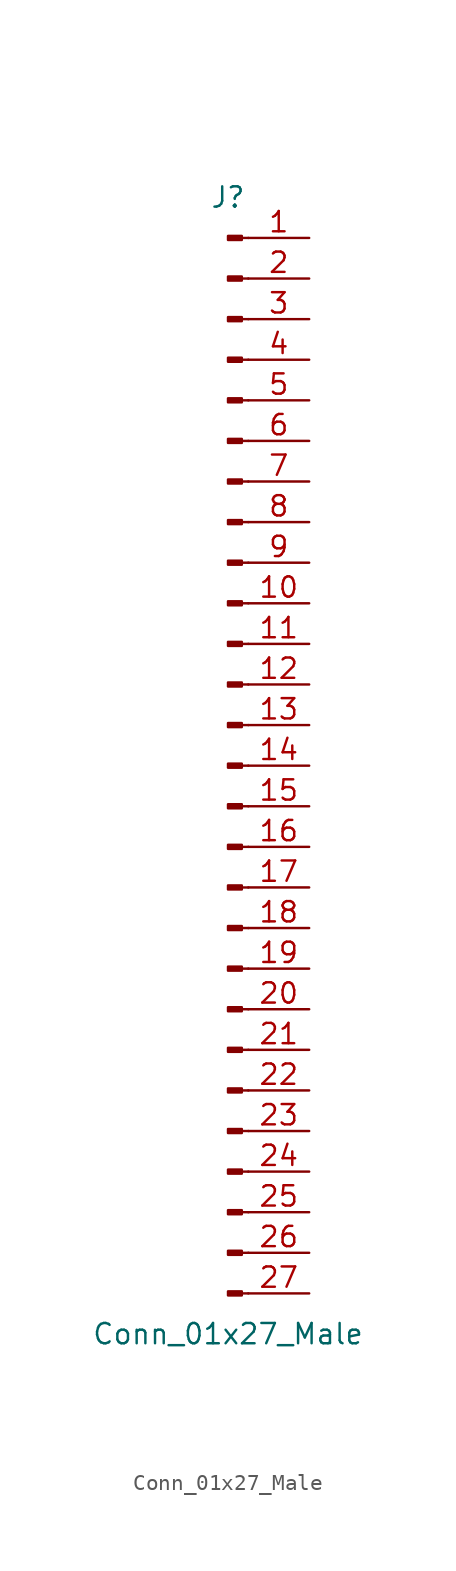
<source format=kicad_sym>
(kicad_symbol_lib
  (version 20211014)
  (generator kicad_symbol_editor)
  (symbol "Conn_01x27_Male"
    (pin_names
      (offset 1.016) hide)
    (property "Reference" "J"
      (at 0 35.56 0)
      (effects (font (size 1.27 1.27))))
    (property "Value" "Conn_01x27_Male"
      (at 0 -35.56 0)
      (effects (font (size 1.27 1.27))))
    (symbol "Conn_01x27_Male_1_1"
      (polyline (pts (xy 1.27 -33.02) (xy 0.864 -33.02)) (stroke (width 0.152) (type default) (color 0 0 0 0)) (fill (type none)))
      (polyline (pts (xy 1.27 -30.48) (xy 0.864 -30.48)) (stroke (width 0.152) (type default) (color 0 0 0 0)) (fill (type none)))
      (polyline (pts (xy 1.27 -27.94) (xy 0.864 -27.94)) (stroke (width 0.152) (type default) (color 0 0 0 0)) (fill (type none)))
      (polyline (pts (xy 1.27 -25.4) (xy 0.864 -25.4)) (stroke (width 0.152) (type default) (color 0 0 0 0)) (fill (type none)))
      (polyline (pts (xy 1.27 -22.86) (xy 0.864 -22.86)) (stroke (width 0.152) (type default) (color 0 0 0 0)) (fill (type none)))
      (polyline (pts (xy 1.27 -20.32) (xy 0.864 -20.32)) (stroke (width 0.152) (type default) (color 0 0 0 0)) (fill (type none)))
      (polyline (pts (xy 1.27 -17.78) (xy 0.864 -17.78)) (stroke (width 0.152) (type default) (color 0 0 0 0)) (fill (type none)))
      (polyline (pts (xy 1.27 -15.24) (xy 0.864 -15.24)) (stroke (width 0.152) (type default) (color 0 0 0 0)) (fill (type none)))
      (polyline (pts (xy 1.27 -12.7) (xy 0.864 -12.7)) (stroke (width 0.152) (type default) (color 0 0 0 0)) (fill (type none)))
      (polyline (pts (xy 1.27 -10.16) (xy 0.864 -10.16)) (stroke (width 0.152) (type default) (color 0 0 0 0)) (fill (type none)))
      (polyline (pts (xy 1.27 -7.62) (xy 0.864 -7.62)) (stroke (width 0.152) (type default) (color 0 0 0 0)) (fill (type none)))
      (polyline (pts (xy 1.27 -5.08) (xy 0.864 -5.08)) (stroke (width 0.152) (type default) (color 0 0 0 0)) (fill (type none)))
      (polyline (pts (xy 1.27 -2.54) (xy 0.864 -2.54)) (stroke (width 0.152) (type default) (color 0 0 0 0)) (fill (type none)))
      (polyline (pts (xy 1.27 0) (xy 0.864 0)) (stroke (width 0.152) (type default) (color 0 0 0 0)) (fill (type none)))
      (polyline (pts (xy 1.27 2.54) (xy 0.864 2.54)) (stroke (width 0.152) (type default) (color 0 0 0 0)) (fill (type none)))
      (polyline (pts (xy 1.27 5.08) (xy 0.864 5.08)) (stroke (width 0.152) (type default) (color 0 0 0 0)) (fill (type none)))
      (polyline (pts (xy 1.27 7.62) (xy 0.864 7.62)) (stroke (width 0.152) (type default) (color 0 0 0 0)) (fill (type none)))
      (polyline (pts (xy 1.27 10.16) (xy 0.864 10.16)) (stroke (width 0.152) (type default) (color 0 0 0 0)) (fill (type none)))
      (polyline (pts (xy 1.27 12.7) (xy 0.864 12.7)) (stroke (width 0.152) (type default) (color 0 0 0 0)) (fill (type none)))
      (polyline (pts (xy 1.27 15.24) (xy 0.864 15.24)) (stroke (width 0.152) (type default) (color 0 0 0 0)) (fill (type none)))
      (polyline (pts (xy 1.27 17.78) (xy 0.864 17.78)) (stroke (width 0.152) (type default) (color 0 0 0 0)) (fill (type none)))
      (polyline (pts (xy 1.27 20.32) (xy 0.864 20.32)) (stroke (width 0.152) (type default) (color 0 0 0 0)) (fill (type none)))
      (polyline (pts (xy 1.27 22.86) (xy 0.864 22.86)) (stroke (width 0.152) (type default) (color 0 0 0 0)) (fill (type none)))
      (polyline (pts (xy 1.27 25.4) (xy 0.864 25.4)) (stroke (width 0.152) (type default) (color 0 0 0 0)) (fill (type none)))
      (polyline (pts (xy 1.27 27.94) (xy 0.864 27.94)) (stroke (width 0.152) (type default) (color 0 0 0 0)) (fill (type none)))
      (polyline (pts (xy 1.27 30.48) (xy 0.864 30.48)) (stroke (width 0.152) (type default) (color 0 0 0 0)) (fill (type none)))
      (polyline (pts (xy 1.27 33.02) (xy 0.864 33.02)) (stroke (width 0.152) (type default) (color 0 0 0 0)) (fill (type none)))
      (rectangle (start 0.864 -32.893) (end 0 -33.147) (stroke (width 0.152) (type default) (color 0 0 0 0)) (fill (type outline)))
      (rectangle (start 0.864 -30.353) (end 0 -30.607) (stroke (width 0.152) (type default) (color 0 0 0 0)) (fill (type outline)))
      (rectangle (start 0.864 -27.813) (end 0 -28.067) (stroke (width 0.152) (type default) (color 0 0 0 0)) (fill (type outline)))
      (rectangle (start 0.864 -25.273) (end 0 -25.527) (stroke (width 0.152) (type default) (color 0 0 0 0)) (fill (type outline)))
      (rectangle (start 0.864 -22.733) (end 0 -22.987) (stroke (width 0.152) (type default) (color 0 0 0 0)) (fill (type outline)))
      (rectangle (start 0.864 -20.193) (end 0 -20.447) (stroke (width 0.152) (type default) (color 0 0 0 0)) (fill (type outline)))
      (rectangle (start 0.864 -17.653) (end 0 -17.907) (stroke (width 0.152) (type default) (color 0 0 0 0)) (fill (type outline)))
      (rectangle (start 0.864 -15.113) (end 0 -15.367) (stroke (width 0.152) (type default) (color 0 0 0 0)) (fill (type outline)))
      (rectangle (start 0.864 -12.573) (end 0 -12.827) (stroke (width 0.152) (type default) (color 0 0 0 0)) (fill (type outline)))
      (rectangle (start 0.864 -10.033) (end 0 -10.287) (stroke (width 0.152) (type default) (color 0 0 0 0)) (fill (type outline)))
      (rectangle (start 0.864 -7.493) (end 0 -7.747) (stroke (width 0.152) (type default) (color 0 0 0 0)) (fill (type outline)))
      (rectangle (start 0.864 -4.953) (end 0 -5.207) (stroke (width 0.152) (type default) (color 0 0 0 0)) (fill (type outline)))
      (rectangle (start 0.864 -2.413) (end 0 -2.667) (stroke (width 0.152) (type default) (color 0 0 0 0)) (fill (type outline)))
      (rectangle (start 0.864 0.127) (end 0 -0.127) (stroke (width 0.152) (type default) (color 0 0 0 0)) (fill (type outline)))
      (rectangle (start 0.864 2.667) (end 0 2.413) (stroke (width 0.152) (type default) (color 0 0 0 0)) (fill (type outline)))
      (rectangle (start 0.864 5.207) (end 0 4.953) (stroke (width 0.152) (type default) (color 0 0 0 0)) (fill (type outline)))
      (rectangle (start 0.864 7.747) (end 0 7.493) (stroke (width 0.152) (type default) (color 0 0 0 0)) (fill (type outline)))
      (rectangle (start 0.864 10.287) (end 0 10.033) (stroke (width 0.152) (type default) (color 0 0 0 0)) (fill (type outline)))
      (rectangle (start 0.864 12.827) (end 0 12.573) (stroke (width 0.152) (type default) (color 0 0 0 0)) (fill (type outline)))
      (rectangle (start 0.864 15.367) (end 0 15.113) (stroke (width 0.152) (type default) (color 0 0 0 0)) (fill (type outline)))
      (rectangle (start 0.864 17.907) (end 0 17.653) (stroke (width 0.152) (type default) (color 0 0 0 0)) (fill (type outline)))
      (rectangle (start 0.864 20.447) (end 0 20.193) (stroke (width 0.152) (type default) (color 0 0 0 0)) (fill (type outline)))
      (rectangle (start 0.864 22.987) (end 0 22.733) (stroke (width 0.152) (type default) (color 0 0 0 0)) (fill (type outline)))
      (rectangle (start 0.864 25.527) (end 0 25.273) (stroke (width 0.152) (type default) (color 0 0 0 0)) (fill (type outline)))
      (rectangle (start 0.864 28.067) (end 0 27.813) (stroke (width 0.152) (type default) (color 0 0 0 0)) (fill (type outline)))
      (rectangle (start 0.864 30.607) (end 0 30.353) (stroke (width 0.152) (type default) (color 0 0 0 0)) (fill (type outline)))
      (rectangle (start 0.864 33.147) (end 0 32.893) (stroke (width 0.152) (type default) (color 0 0 0 0)) (fill (type outline)))
      (pin passive line (at 5.08 33.02 180) (length 3.81) (name "Pin_1" (effects (font (size 1.27 1.27)))) (number "1" (effects (font (size 1.27 1.27)))))
      (pin passive line (at 5.08 10.16 180) (length 3.81) (name "Pin_10" (effects (font (size 1.27 1.27)))) (number "10" (effects (font (size 1.27 1.27)))))
      (pin passive line (at 5.08 7.62 180) (length 3.81) (name "Pin_11" (effects (font (size 1.27 1.27)))) (number "11" (effects (font (size 1.27 1.27)))))
      (pin passive line (at 5.08 5.08 180) (length 3.81) (name "Pin_12" (effects (font (size 1.27 1.27)))) (number "12" (effects (font (size 1.27 1.27)))))
      (pin passive line (at 5.08 2.54 180) (length 3.81) (name "Pin_13" (effects (font (size 1.27 1.27)))) (number "13" (effects (font (size 1.27 1.27)))))
      (pin passive line (at 5.08 0 180) (length 3.81) (name "Pin_14" (effects (font (size 1.27 1.27)))) (number "14" (effects (font (size 1.27 1.27)))))
      (pin passive line (at 5.08 -2.54 180) (length 3.81) (name "Pin_15" (effects (font (size 1.27 1.27)))) (number "15" (effects (font (size 1.27 1.27)))))
      (pin passive line (at 5.08 -5.08 180) (length 3.81) (name "Pin_16" (effects (font (size 1.27 1.27)))) (number "16" (effects (font (size 1.27 1.27)))))
      (pin passive line (at 5.08 -7.62 180) (length 3.81) (name "Pin_17" (effects (font (size 1.27 1.27)))) (number "17" (effects (font (size 1.27 1.27)))))
      (pin passive line (at 5.08 -10.16 180) (length 3.81) (name "Pin_18" (effects (font (size 1.27 1.27)))) (number "18" (effects (font (size 1.27 1.27)))))
      (pin passive line (at 5.08 -12.7 180) (length 3.81) (name "Pin_19" (effects (font (size 1.27 1.27)))) (number "19" (effects (font (size 1.27 1.27)))))
      (pin passive line (at 5.08 30.48 180) (length 3.81) (name "Pin_2" (effects (font (size 1.27 1.27)))) (number "2" (effects (font (size 1.27 1.27)))))
      (pin passive line (at 5.08 -15.24 180) (length 3.81) (name "Pin_20" (effects (font (size 1.27 1.27)))) (number "20" (effects (font (size 1.27 1.27)))))
      (pin passive line (at 5.08 -17.78 180) (length 3.81) (name "Pin_21" (effects (font (size 1.27 1.27)))) (number "21" (effects (font (size 1.27 1.27)))))
      (pin passive line (at 5.08 -20.32 180) (length 3.81) (name "Pin_22" (effects (font (size 1.27 1.27)))) (number "22" (effects (font (size 1.27 1.27)))))
      (pin passive line (at 5.08 -22.86 180) (length 3.81) (name "Pin_23" (effects (font (size 1.27 1.27)))) (number "23" (effects (font (size 1.27 1.27)))))
      (pin passive line (at 5.08 -25.4 180) (length 3.81) (name "Pin_24" (effects (font (size 1.27 1.27)))) (number "24" (effects (font (size 1.27 1.27)))))
      (pin passive line (at 5.08 -27.94 180) (length 3.81) (name "Pin_25" (effects (font (size 1.27 1.27)))) (number "25" (effects (font (size 1.27 1.27)))))
      (pin passive line (at 5.08 -30.48 180) (length 3.81) (name "Pin_26" (effects (font (size 1.27 1.27)))) (number "26" (effects (font (size 1.27 1.27)))))
      (pin passive line (at 5.08 -33.02 180) (length 3.81) (name "Pin_27" (effects (font (size 1.27 1.27)))) (number "27" (effects (font (size 1.27 1.27)))))
      (pin passive line (at 5.08 27.94 180) (length 3.81) (name "Pin_3" (effects (font (size 1.27 1.27)))) (number "3" (effects (font (size 1.27 1.27)))))
      (pin passive line (at 5.08 25.4 180) (length 3.81) (name "Pin_4" (effects (font (size 1.27 1.27)))) (number "4" (effects (font (size 1.27 1.27)))))
      (pin passive line (at 5.08 22.86 180) (length 3.81) (name "Pin_5" (effects (font (size 1.27 1.27)))) (number "5" (effects (font (size 1.27 1.27)))))
      (pin passive line (at 5.08 20.32 180) (length 3.81) (name "Pin_6" (effects (font (size 1.27 1.27)))) (number "6" (effects (font (size 1.27 1.27)))))
      (pin passive line (at 5.08 17.78 180) (length 3.81) (name "Pin_7" (effects (font (size 1.27 1.27)))) (number "7" (effects (font (size 1.27 1.27)))))
      (pin passive line (at 5.08 15.24 180) (length 3.81) (name "Pin_8" (effects (font (size 1.27 1.27)))) (number "8" (effects (font (size 1.27 1.27)))))
      (pin passive line (at 5.08 12.7 180) (length 3.81) (name "Pin_9" (effects (font (size 1.27 1.27)))) (number "9" (effects (font (size 1.27 1.27))))))))
</source>
